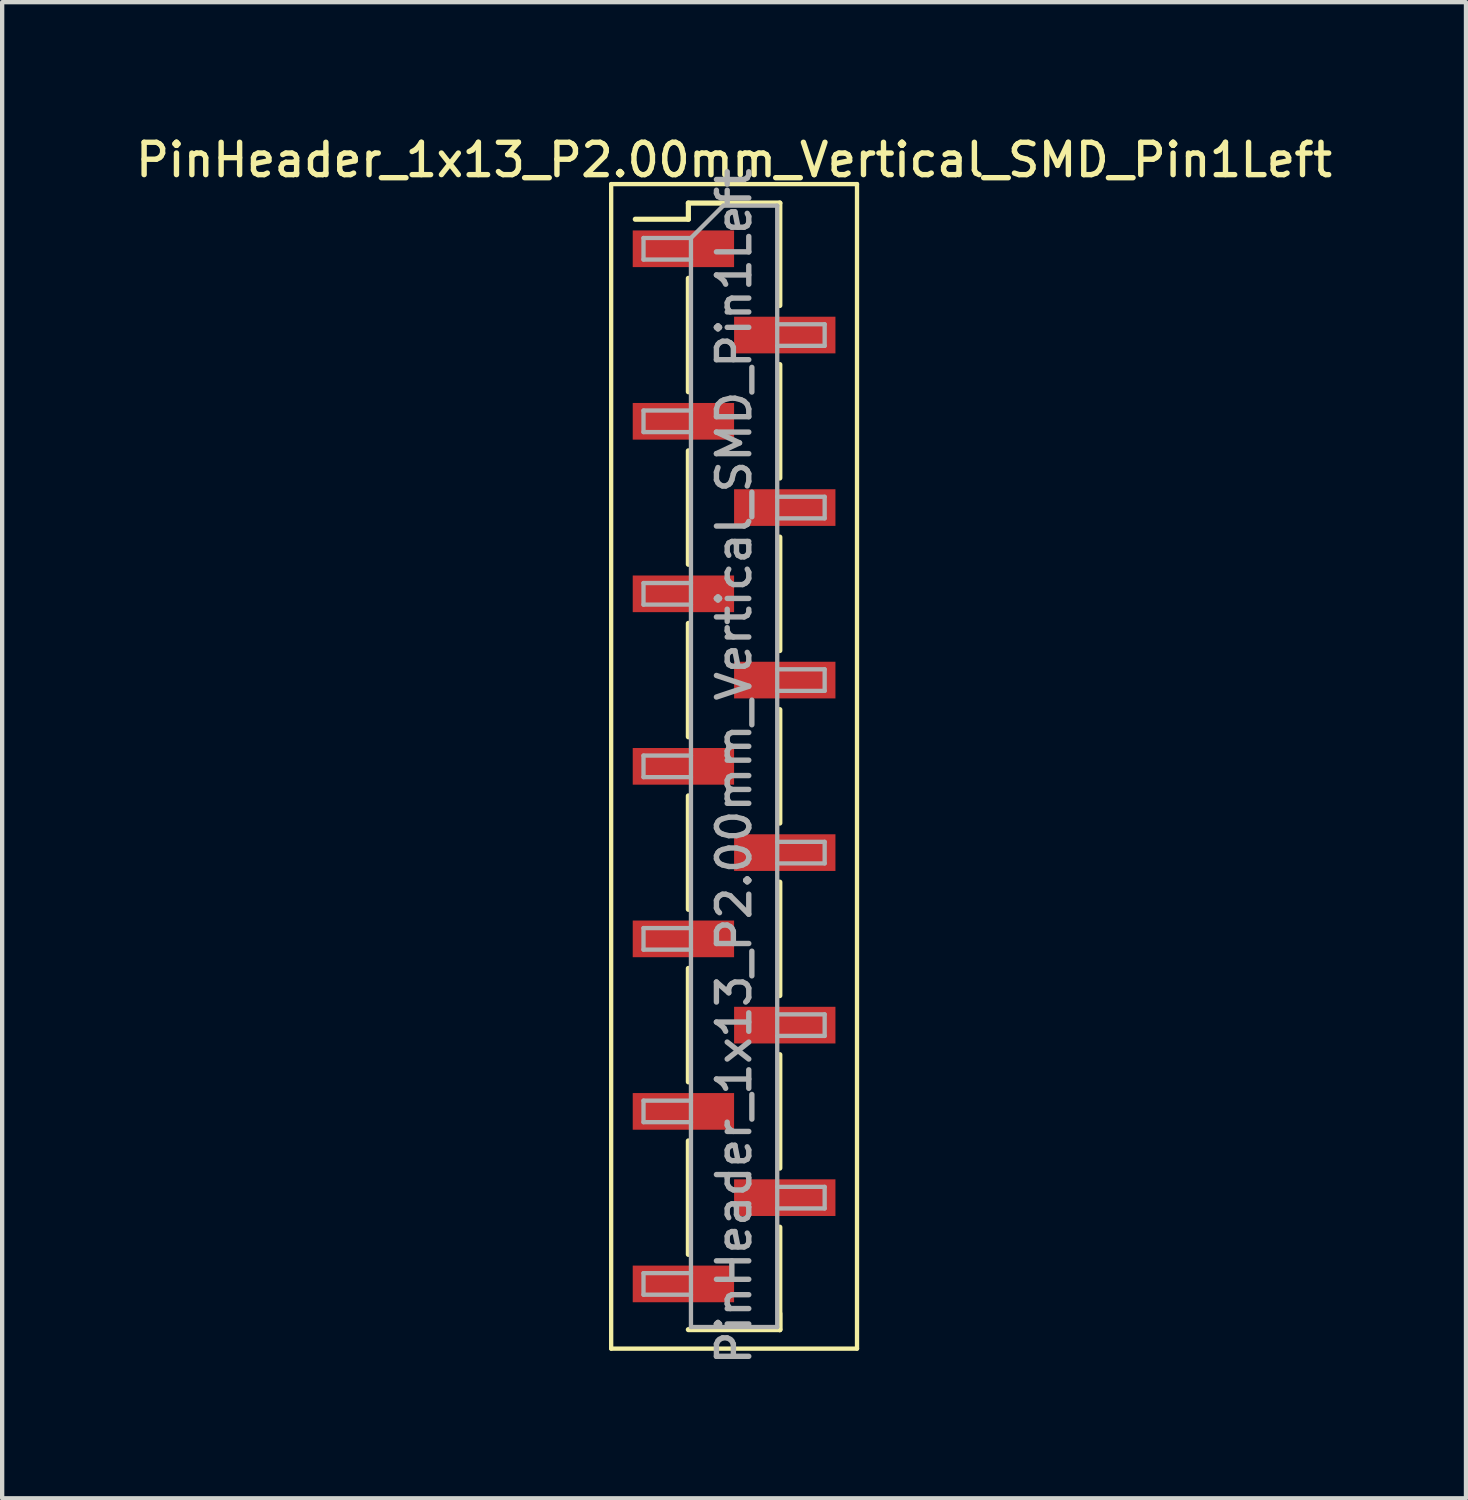
<source format=kicad_pcb>
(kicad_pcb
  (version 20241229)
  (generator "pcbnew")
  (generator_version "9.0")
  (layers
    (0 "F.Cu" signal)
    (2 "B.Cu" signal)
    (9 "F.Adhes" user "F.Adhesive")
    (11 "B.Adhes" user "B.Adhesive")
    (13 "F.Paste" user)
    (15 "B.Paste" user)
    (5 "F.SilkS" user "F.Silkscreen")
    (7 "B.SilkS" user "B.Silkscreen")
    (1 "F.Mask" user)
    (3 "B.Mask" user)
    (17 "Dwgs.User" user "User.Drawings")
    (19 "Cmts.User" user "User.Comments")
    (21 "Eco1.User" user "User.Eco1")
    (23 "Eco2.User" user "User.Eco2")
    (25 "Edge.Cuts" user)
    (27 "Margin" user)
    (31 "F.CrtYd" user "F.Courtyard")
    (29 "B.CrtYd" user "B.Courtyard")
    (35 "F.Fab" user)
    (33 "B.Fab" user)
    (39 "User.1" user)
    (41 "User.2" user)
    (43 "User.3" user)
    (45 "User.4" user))
  (footprint "PinHeader_1x13_P2.00mm_Vertical_SMD_Pin1Left"
    (layer "F.Cu")
    (at 13.97 14.718)
    (property "Reference" "PinHeader_1x13_P2.00mm_Vertical_SMD_Pin1Left" (at 0 -14.06 0) (layer "F.SilkS") (effects (font (size 0.75 0.75) (thickness 0.125))))
    (attr smd)
    (fp_line (start -2.85 -13.5) (end -2.85 13.5) (stroke (width 0.1) (type solid)) (layer "F.SilkS"))
    (fp_line (start -2.85 13.5) (end 2.85 13.5) (stroke (width 0.1) (type solid)) (layer "F.SilkS"))
    (fp_line (start -1.06 -13.06) (end -1.06 -12.685) (stroke (width 0.12) (type solid)) (layer "F.SilkS"))
    (fp_line (start -1.06 -13.06) (end 1.06 -13.06) (stroke (width 0.12) (type solid)) (layer "F.SilkS"))
    (fp_line (start -1.06 -12.685) (end -2.29 -12.685) (stroke (width 0.12) (type solid)) (layer "F.SilkS"))
    (fp_line (start -1.06 -11.315) (end -1.06 -8.685) (stroke (width 0.12) (type solid)) (layer "F.SilkS"))
    (fp_line (start -1.06 -7.315) (end -1.06 -4.685) (stroke (width 0.12) (type solid)) (layer "F.SilkS"))
    (fp_line (start -1.06 -3.315) (end -1.06 -0.685) (stroke (width 0.12) (type solid)) (layer "F.SilkS"))
    (fp_line (start -1.06 0.685) (end -1.06 3.315) (stroke (width 0.12) (type solid)) (layer "F.SilkS"))
    (fp_line (start -1.06 4.685) (end -1.06 7.315) (stroke (width 0.12) (type solid)) (layer "F.SilkS"))
    (fp_line (start -1.06 8.685) (end -1.06 11.315) (stroke (width 0.12) (type solid)) (layer "F.SilkS"))
    (fp_line (start -1.06 13.06) (end 1.06 13.06) (stroke (width 0.12) (type solid)) (layer "F.SilkS"))
    (fp_line (start 1.06 -13.06) (end 1.06 -10.685) (stroke (width 0.12) (type solid)) (layer "F.SilkS"))
    (fp_line (start 1.06 -9.315) (end 1.06 -6.685) (stroke (width 0.12) (type solid)) (layer "F.SilkS"))
    (fp_line (start 1.06 -5.315) (end 1.06 -2.685) (stroke (width 0.12) (type solid)) (layer "F.SilkS"))
    (fp_line (start 1.06 -1.315) (end 1.06 1.315) (stroke (width 0.12) (type solid)) (layer "F.SilkS"))
    (fp_line (start 1.06 2.685) (end 1.06 5.315) (stroke (width 0.12) (type solid)) (layer "F.SilkS"))
    (fp_line (start 1.06 6.685) (end 1.06 9.315) (stroke (width 0.12) (type solid)) (layer "F.SilkS"))
    (fp_line (start 1.06 10.685) (end 1.06 13.06) (stroke (width 0.12) (type solid)) (layer "F.SilkS"))
    (fp_line (start 1.06 12.685) (end 1.06 13.06) (stroke (width 0.12) (type solid)) (layer "F.SilkS"))
    (fp_line (start 2.85 -13.5) (end -2.85 -13.5) (stroke (width 0.1) (type solid)) (layer "F.SilkS"))
    (fp_line (start 2.85 13.5) (end 2.85 -13.5) (stroke (width 0.1) (type solid)) (layer "F.SilkS"))
    (fp_line (start -2.1 -12.25) (end -2.1 -11.75) (stroke (width 0.1) (type solid)) (layer "F.Fab"))
    (fp_line (start -2.1 -11.75) (end -1 -11.75) (stroke (width 0.1) (type solid)) (layer "F.Fab"))
    (fp_line (start -2.1 -8.25) (end -2.1 -7.75) (stroke (width 0.1) (type solid)) (layer "F.Fab"))
    (fp_line (start -2.1 -7.75) (end -1 -7.75) (stroke (width 0.1) (type solid)) (layer "F.Fab"))
    (fp_line (start -2.1 -4.25) (end -2.1 -3.75) (stroke (width 0.1) (type solid)) (layer "F.Fab"))
    (fp_line (start -2.1 -3.75) (end -1 -3.75) (stroke (width 0.1) (type solid)) (layer "F.Fab"))
    (fp_line (start -2.1 -0.25) (end -2.1 0.25) (stroke (width 0.1) (type solid)) (layer "F.Fab"))
    (fp_line (start -2.1 0.25) (end -1 0.25) (stroke (width 0.1) (type solid)) (layer "F.Fab"))
    (fp_line (start -2.1 3.75) (end -2.1 4.25) (stroke (width 0.1) (type solid)) (layer "F.Fab"))
    (fp_line (start -2.1 4.25) (end -1 4.25) (stroke (width 0.1) (type solid)) (layer "F.Fab"))
    (fp_line (start -2.1 7.75) (end -2.1 8.25) (stroke (width 0.1) (type solid)) (layer "F.Fab"))
    (fp_line (start -2.1 8.25) (end -1 8.25) (stroke (width 0.1) (type solid)) (layer "F.Fab"))
    (fp_line (start -2.1 11.75) (end -2.1 12.25) (stroke (width 0.1) (type solid)) (layer "F.Fab"))
    (fp_line (start -2.1 12.25) (end -1 12.25) (stroke (width 0.1) (type solid)) (layer "F.Fab"))
    (fp_line (start -1 -12.25) (end -2.1 -12.25) (stroke (width 0.1) (type solid)) (layer "F.Fab"))
    (fp_line (start -1 -12.25) (end -0.25 -13) (stroke (width 0.1) (type solid)) (layer "F.Fab"))
    (fp_line (start -1 -8.25) (end -2.1 -8.25) (stroke (width 0.1) (type solid)) (layer "F.Fab"))
    (fp_line (start -1 -4.25) (end -2.1 -4.25) (stroke (width 0.1) (type solid)) (layer "F.Fab"))
    (fp_line (start -1 -0.25) (end -2.1 -0.25) (stroke (width 0.1) (type solid)) (layer "F.Fab"))
    (fp_line (start -1 3.75) (end -2.1 3.75) (stroke (width 0.1) (type solid)) (layer "F.Fab"))
    (fp_line (start -1 7.75) (end -2.1 7.75) (stroke (width 0.1) (type solid)) (layer "F.Fab"))
    (fp_line (start -1 11.75) (end -2.1 11.75) (stroke (width 0.1) (type solid)) (layer "F.Fab"))
    (fp_line (start -1 13) (end -1 -12.25) (stroke (width 0.1) (type solid)) (layer "F.Fab"))
    (fp_line (start -0.25 -13) (end 1 -13) (stroke (width 0.1) (type solid)) (layer "F.Fab"))
    (fp_line (start 1 -13) (end 1 13) (stroke (width 0.1) (type solid)) (layer "F.Fab"))
    (fp_line (start 1 -10.25) (end 2.1 -10.25) (stroke (width 0.1) (type solid)) (layer "F.Fab"))
    (fp_line (start 1 -6.25) (end 2.1 -6.25) (stroke (width 0.1) (type solid)) (layer "F.Fab"))
    (fp_line (start 1 -2.25) (end 2.1 -2.25) (stroke (width 0.1) (type solid)) (layer "F.Fab"))
    (fp_line (start 1 1.75) (end 2.1 1.75) (stroke (width 0.1) (type solid)) (layer "F.Fab"))
    (fp_line (start 1 5.75) (end 2.1 5.75) (stroke (width 0.1) (type solid)) (layer "F.Fab"))
    (fp_line (start 1 9.75) (end 2.1 9.75) (stroke (width 0.1) (type solid)) (layer "F.Fab"))
    (fp_line (start 1 13) (end -1 13) (stroke (width 0.1) (type solid)) (layer "F.Fab"))
    (fp_line (start 2.1 -10.25) (end 2.1 -9.75) (stroke (width 0.1) (type solid)) (layer "F.Fab"))
    (fp_line (start 2.1 -9.75) (end 1 -9.75) (stroke (width 0.1) (type solid)) (layer "F.Fab"))
    (fp_line (start 2.1 -6.25) (end 2.1 -5.75) (stroke (width 0.1) (type solid)) (layer "F.Fab"))
    (fp_line (start 2.1 -5.75) (end 1 -5.75) (stroke (width 0.1) (type solid)) (layer "F.Fab"))
    (fp_line (start 2.1 -2.25) (end 2.1 -1.75) (stroke (width 0.1) (type solid)) (layer "F.Fab"))
    (fp_line (start 2.1 -1.75) (end 1 -1.75) (stroke (width 0.1) (type solid)) (layer "F.Fab"))
    (fp_line (start 2.1 1.75) (end 2.1 2.25) (stroke (width 0.1) (type solid)) (layer "F.Fab"))
    (fp_line (start 2.1 2.25) (end 1 2.25) (stroke (width 0.1) (type solid)) (layer "F.Fab"))
    (fp_line (start 2.1 5.75) (end 2.1 6.25) (stroke (width 0.1) (type solid)) (layer "F.Fab"))
    (fp_line (start 2.1 6.25) (end 1 6.25) (stroke (width 0.1) (type solid)) (layer "F.Fab"))
    (fp_line (start 2.1 9.75) (end 2.1 10.25) (stroke (width 0.1) (type solid)) (layer "F.Fab"))
    (fp_line (start 2.1 10.25) (end 1 10.25) (stroke (width 0.1) (type solid)) (layer "F.Fab"))
    (fp_text user "${REFERENCE}" (at 0 0 90) (layer "F.Fab") (effects (font (size 0.75 0.75) (thickness 0.125))))
    (pad "1" smd rect (at -1.175 -12) (size 2.35 0.85) (layers "F.Cu" "F.Mask" "F.Paste"))
    (pad "2" smd rect (at 1.175 -10) (size 2.35 0.85) (layers "F.Cu" "F.Mask" "F.Paste"))
    (pad "3" smd rect (at -1.175 -8) (size 2.35 0.85) (layers "F.Cu" "F.Mask" "F.Paste"))
    (pad "4" smd rect (at 1.175 -6) (size 2.35 0.85) (layers "F.Cu" "F.Mask" "F.Paste"))
    (pad "5" smd rect (at -1.175 -4) (size 2.35 0.85) (layers "F.Cu" "F.Mask" "F.Paste"))
    (pad "6" smd rect (at 1.175 -2) (size 2.35 0.85) (layers "F.Cu" "F.Mask" "F.Paste"))
    (pad "7" smd rect (at -1.175 0) (size 2.35 0.85) (layers "F.Cu" "F.Mask" "F.Paste"))
    (pad "8" smd rect (at 1.175 2) (size 2.35 0.85) (layers "F.Cu" "F.Mask" "F.Paste"))
    (pad "9" smd rect (at -1.175 4) (size 2.35 0.85) (layers "F.Cu" "F.Mask" "F.Paste"))
    (pad "10" smd rect (at 1.175 6) (size 2.35 0.85) (layers "F.Cu" "F.Mask" "F.Paste"))
    (pad "11" smd rect (at -1.175 8) (size 2.35 0.85) (layers "F.Cu" "F.Mask" "F.Paste"))
    (pad "12" smd rect (at 1.175 10) (size 2.35 0.85) (layers "F.Cu" "F.Mask" "F.Paste"))
    (pad "13" smd rect (at -1.175 12) (size 2.35 0.85) (layers "F.Cu" "F.Mask" "F.Paste")))
  (gr_rect
    (start -3 -3)
    (end 30.939 31.688)
    (stroke (width 0.1) (type default))
    (fill no)
    (layer "Edge.Cuts")))
</source>
